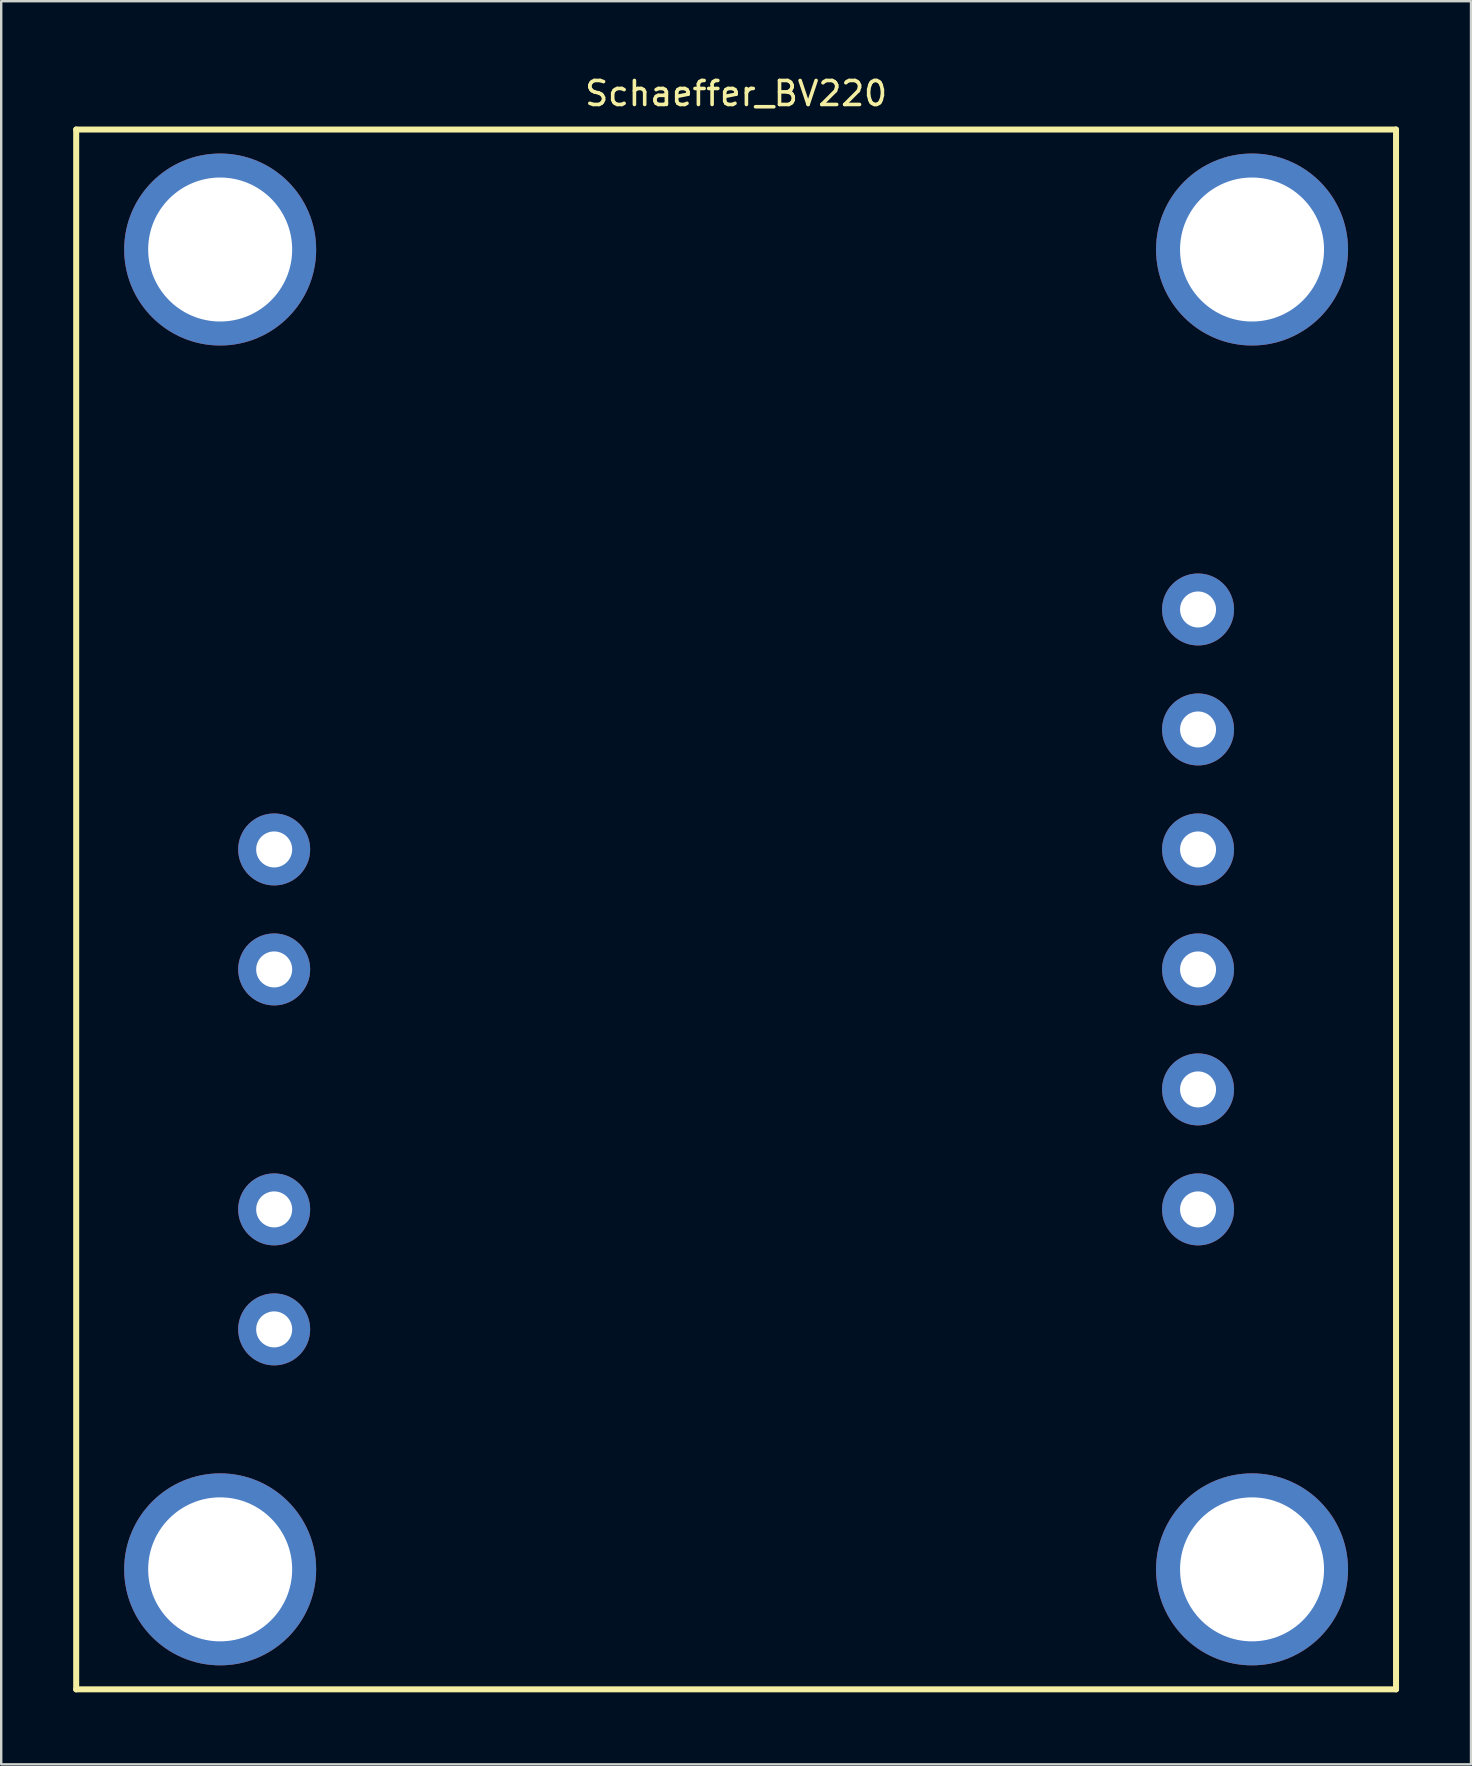
<source format=kicad_pcb>
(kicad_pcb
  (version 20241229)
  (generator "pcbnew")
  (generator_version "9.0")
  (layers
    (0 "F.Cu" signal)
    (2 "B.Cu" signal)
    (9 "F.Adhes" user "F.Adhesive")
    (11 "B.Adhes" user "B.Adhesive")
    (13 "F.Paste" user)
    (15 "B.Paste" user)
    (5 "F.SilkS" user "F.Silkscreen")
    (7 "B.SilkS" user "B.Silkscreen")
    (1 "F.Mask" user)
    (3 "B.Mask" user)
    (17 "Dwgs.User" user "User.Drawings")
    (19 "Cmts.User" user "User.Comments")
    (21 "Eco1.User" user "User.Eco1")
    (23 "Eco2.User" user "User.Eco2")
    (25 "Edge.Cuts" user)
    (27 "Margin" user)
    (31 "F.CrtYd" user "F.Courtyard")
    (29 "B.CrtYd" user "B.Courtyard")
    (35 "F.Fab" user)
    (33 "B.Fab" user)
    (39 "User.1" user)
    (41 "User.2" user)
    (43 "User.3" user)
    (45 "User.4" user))
  (footprint "Schaeffer_BV220"
    (layer "F.Cu")
    (at 27.625 34.848)
    (property "Reference" "Schaeffer_BV220" (at 0 -34 0) (layer "F.SilkS") (effects (font (size 1 1) (thickness 0.15))))
    (attr through_hole)
    (fp_line (start -27.5 -32.5) (end -27.5 32.5) (stroke (width 0.25) (type solid)) (layer "F.SilkS"))
    (fp_line (start -27.5 -32.5) (end 27.5 -32.5) (stroke (width 0.25) (type solid)) (layer "F.SilkS"))
    (fp_line (start -27.5 32.5) (end 27.5 32.5) (stroke (width 0.25) (type solid)) (layer "F.SilkS"))
    (fp_line (start 27.5 -32.5) (end 27.5 32.5) (stroke (width 0.25) (type solid)) (layer "F.SilkS"))
    (pad "" np_thru_hole circle (at -21.5 -27.5) (size 8 8) (drill 6) (layers "*.Cu" "*.Mask"))
    (pad "" np_thru_hole circle (at -21.5 27.5) (size 8 8) (drill 6) (layers "*.Cu" "*.Mask"))
    (pad "" np_thru_hole circle (at 21.5 -27.5) (size 8 8) (drill 6) (layers "*.Cu" "*.Mask"))
    (pad "" np_thru_hole circle (at 21.5 27.5) (size 8 8) (drill 6) (layers "*.Cu" "*.Mask"))
    (pad "1" thru_hole circle (at -19.25 -2.5) (size 3 3) (drill 1.5) (layers "*.Cu" "*.Mask"))
    (pad "2" thru_hole circle (at -19.25 2.5) (size 3 3) (drill 1.5) (layers "*.Cu" "*.Mask"))
    (pad "3" thru_hole circle (at -19.25 12.5) (size 3 3) (drill 1.5) (layers "*.Cu" "*.Mask"))
    (pad "4" thru_hole circle (at -19.25 17.5) (size 3 3) (drill 1.5) (layers "*.Cu" "*.Mask"))
    (pad "5" thru_hole circle (at 19.25 12.5) (size 3 3) (drill 1.5) (layers "*.Cu" "*.Mask"))
    (pad "6" thru_hole circle (at 19.25 7.5) (size 3 3) (drill 1.5) (layers "*.Cu" "*.Mask"))
    (pad "7" thru_hole circle (at 19.25 2.5) (size 3 3) (drill 1.5) (layers "*.Cu" "*.Mask"))
    (pad "8" thru_hole circle (at 19.25 -2.5) (size 3 3) (drill 1.5) (layers "*.Cu" "*.Mask"))
    (pad "9" thru_hole circle (at 19.25 -7.5) (size 3 3) (drill 1.5) (layers "*.Cu" "*.Mask"))
    (pad "10" thru_hole circle (at 19.25 -12.5) (size 3 3) (drill 1.5) (layers "*.Cu" "*.Mask")))
  (gr_rect
    (start -3 -3)
    (end 58.25 70.473)
    (stroke (width 0.1) (type default))
    (fill no)
    (layer "Edge.Cuts")))
</source>
